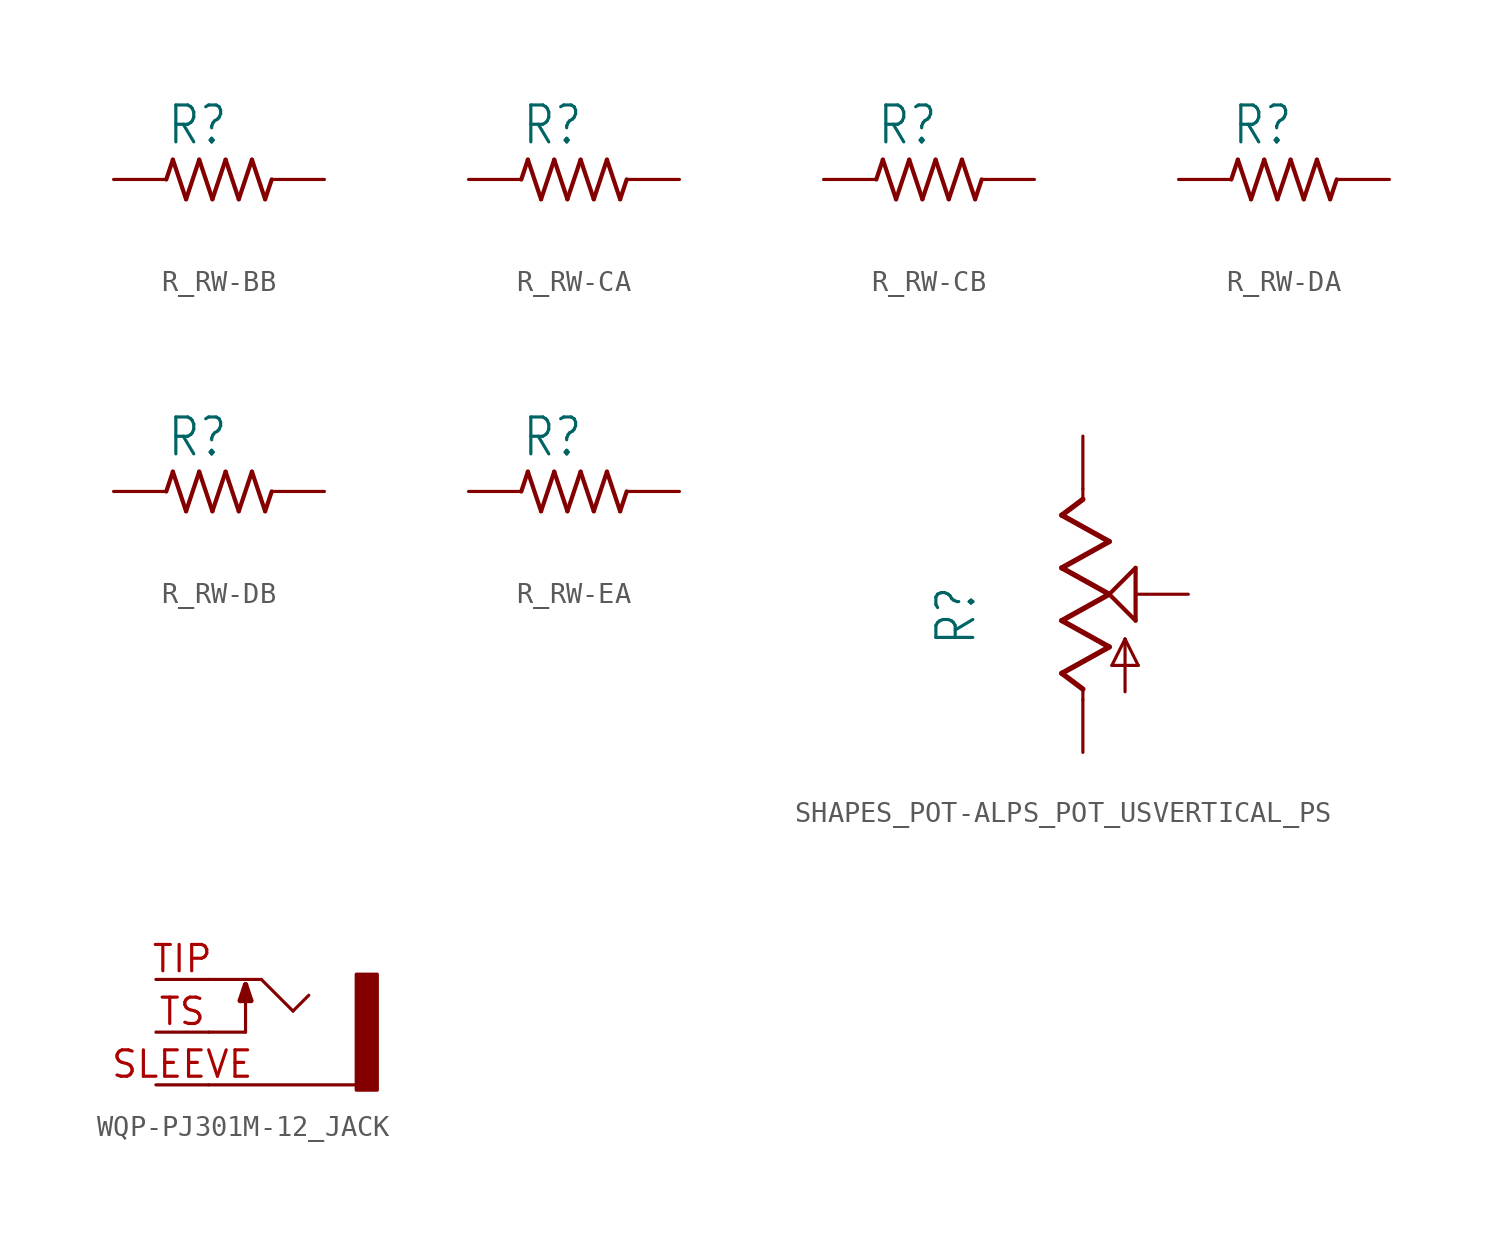
<source format=kicad_sym>
(kicad_symbol_lib
  (version 20231120)
  (generator "kicad_symbol_editor")
  (generator_version "8.0")
  (symbol "R_RW-BB"
    (property "Reference" "R"
      (at -2.54 1.587 0)
      (effects (font (size 1.778 1.511)) (justify left bottom)))
    (property "Value" ""
      (at -2.54 -3.175 0)
      (effects (font (size 1.778 1.511)) (justify left bottom)))
    (property "ki_locked" ""
      (at 0 0 0)
      (effects (font (size 1.27 1.27))))
    (symbol "R_RW-BB_1_0"
      (polyline (pts (xy -2.54 0) (xy -2.223 0.953)) (stroke (width 0.203) (type solid)) (fill (type none)))
      (polyline (pts (xy -2.223 0.953) (xy -1.587 -0.953)) (stroke (width 0.203) (type solid)) (fill (type none)))
      (polyline (pts (xy -1.587 -0.953) (xy -0.953 0.953)) (stroke (width 0.203) (type solid)) (fill (type none)))
      (polyline (pts (xy -0.953 0.953) (xy -0.318 -0.953)) (stroke (width 0.203) (type solid)) (fill (type none)))
      (polyline (pts (xy -0.318 -0.953) (xy 0.318 0.953)) (stroke (width 0.203) (type solid)) (fill (type none)))
      (polyline (pts (xy 0.318 0.953) (xy 0.953 -0.953)) (stroke (width 0.203) (type solid)) (fill (type none)))
      (polyline (pts (xy 0.953 -0.953) (xy 1.587 0.953)) (stroke (width 0.203) (type solid)) (fill (type none)))
      (polyline (pts (xy 1.587 0.953) (xy 2.223 -0.953)) (stroke (width 0.203) (type solid)) (fill (type none)))
      (polyline (pts (xy 2.223 -0.953) (xy 2.54 0)) (stroke (width 0.203) (type solid)) (fill (type none)))
      (pin passive line (at -5.08 0 0) (length 2.54) (name "1" (effects (font (size 0 0)))) (number "1" (effects (font (size 0 0)))))
      (pin passive line (at 5.08 0 180) (length 2.54) (name "2" (effects (font (size 0 0)))) (number "2" (effects (font (size 0 0)))))))
  (symbol "R_RW-CA"
    (property "Reference" "R"
      (at -2.54 1.587 0)
      (effects (font (size 1.778 1.511)) (justify left bottom)))
    (property "Value" ""
      (at -2.54 -3.175 0)
      (effects (font (size 1.778 1.511)) (justify left bottom)))
    (property "ki_locked" ""
      (at 0 0 0)
      (effects (font (size 1.27 1.27))))
    (symbol "R_RW-CA_1_0"
      (polyline (pts (xy -2.54 0) (xy -2.223 0.953)) (stroke (width 0.203) (type solid)) (fill (type none)))
      (polyline (pts (xy -2.223 0.953) (xy -1.587 -0.953)) (stroke (width 0.203) (type solid)) (fill (type none)))
      (polyline (pts (xy -1.587 -0.953) (xy -0.953 0.953)) (stroke (width 0.203) (type solid)) (fill (type none)))
      (polyline (pts (xy -0.953 0.953) (xy -0.318 -0.953)) (stroke (width 0.203) (type solid)) (fill (type none)))
      (polyline (pts (xy -0.318 -0.953) (xy 0.318 0.953)) (stroke (width 0.203) (type solid)) (fill (type none)))
      (polyline (pts (xy 0.318 0.953) (xy 0.953 -0.953)) (stroke (width 0.203) (type solid)) (fill (type none)))
      (polyline (pts (xy 0.953 -0.953) (xy 1.587 0.953)) (stroke (width 0.203) (type solid)) (fill (type none)))
      (polyline (pts (xy 1.587 0.953) (xy 2.223 -0.953)) (stroke (width 0.203) (type solid)) (fill (type none)))
      (polyline (pts (xy 2.223 -0.953) (xy 2.54 0)) (stroke (width 0.203) (type solid)) (fill (type none)))
      (pin passive line (at -5.08 0 0) (length 2.54) (name "1" (effects (font (size 0 0)))) (number "1" (effects (font (size 0 0)))))
      (pin passive line (at 5.08 0 180) (length 2.54) (name "2" (effects (font (size 0 0)))) (number "2" (effects (font (size 0 0)))))))
  (symbol "R_RW-CB"
    (property "Reference" "R"
      (at -2.54 1.587 0)
      (effects (font (size 1.778 1.511)) (justify left bottom)))
    (property "Value" ""
      (at -2.54 -3.175 0)
      (effects (font (size 1.778 1.511)) (justify left bottom)))
    (property "ki_locked" ""
      (at 0 0 0)
      (effects (font (size 1.27 1.27))))
    (symbol "R_RW-CB_1_0"
      (polyline (pts (xy -2.54 0) (xy -2.223 0.953)) (stroke (width 0.203) (type solid)) (fill (type none)))
      (polyline (pts (xy -2.223 0.953) (xy -1.587 -0.953)) (stroke (width 0.203) (type solid)) (fill (type none)))
      (polyline (pts (xy -1.587 -0.953) (xy -0.953 0.953)) (stroke (width 0.203) (type solid)) (fill (type none)))
      (polyline (pts (xy -0.953 0.953) (xy -0.318 -0.953)) (stroke (width 0.203) (type solid)) (fill (type none)))
      (polyline (pts (xy -0.318 -0.953) (xy 0.318 0.953)) (stroke (width 0.203) (type solid)) (fill (type none)))
      (polyline (pts (xy 0.318 0.953) (xy 0.953 -0.953)) (stroke (width 0.203) (type solid)) (fill (type none)))
      (polyline (pts (xy 0.953 -0.953) (xy 1.587 0.953)) (stroke (width 0.203) (type solid)) (fill (type none)))
      (polyline (pts (xy 1.587 0.953) (xy 2.223 -0.953)) (stroke (width 0.203) (type solid)) (fill (type none)))
      (polyline (pts (xy 2.223 -0.953) (xy 2.54 0)) (stroke (width 0.203) (type solid)) (fill (type none)))
      (pin passive line (at -5.08 0 0) (length 2.54) (name "1" (effects (font (size 0 0)))) (number "1" (effects (font (size 0 0)))))
      (pin passive line (at 5.08 0 180) (length 2.54) (name "2" (effects (font (size 0 0)))) (number "2" (effects (font (size 0 0)))))))
  (symbol "R_RW-DA"
    (property "Reference" "R"
      (at -2.54 1.587 0)
      (effects (font (size 1.778 1.511)) (justify left bottom)))
    (property "Value" ""
      (at -2.54 -3.175 0)
      (effects (font (size 1.778 1.511)) (justify left bottom)))
    (property "ki_locked" ""
      (at 0 0 0)
      (effects (font (size 1.27 1.27))))
    (symbol "R_RW-DA_1_0"
      (polyline (pts (xy -2.54 0) (xy -2.223 0.953)) (stroke (width 0.203) (type solid)) (fill (type none)))
      (polyline (pts (xy -2.223 0.953) (xy -1.587 -0.953)) (stroke (width 0.203) (type solid)) (fill (type none)))
      (polyline (pts (xy -1.587 -0.953) (xy -0.953 0.953)) (stroke (width 0.203) (type solid)) (fill (type none)))
      (polyline (pts (xy -0.953 0.953) (xy -0.318 -0.953)) (stroke (width 0.203) (type solid)) (fill (type none)))
      (polyline (pts (xy -0.318 -0.953) (xy 0.318 0.953)) (stroke (width 0.203) (type solid)) (fill (type none)))
      (polyline (pts (xy 0.318 0.953) (xy 0.953 -0.953)) (stroke (width 0.203) (type solid)) (fill (type none)))
      (polyline (pts (xy 0.953 -0.953) (xy 1.587 0.953)) (stroke (width 0.203) (type solid)) (fill (type none)))
      (polyline (pts (xy 1.587 0.953) (xy 2.223 -0.953)) (stroke (width 0.203) (type solid)) (fill (type none)))
      (polyline (pts (xy 2.223 -0.953) (xy 2.54 0)) (stroke (width 0.203) (type solid)) (fill (type none)))
      (pin passive line (at -5.08 0 0) (length 2.54) (name "1" (effects (font (size 0 0)))) (number "1" (effects (font (size 0 0)))))
      (pin passive line (at 5.08 0 180) (length 2.54) (name "2" (effects (font (size 0 0)))) (number "2" (effects (font (size 0 0)))))))
  (symbol "R_RW-DB"
    (property "Reference" "R"
      (at -2.54 1.587 0)
      (effects (font (size 1.778 1.511)) (justify left bottom)))
    (property "Value" ""
      (at -2.54 -3.175 0)
      (effects (font (size 1.778 1.511)) (justify left bottom)))
    (property "ki_locked" ""
      (at 0 0 0)
      (effects (font (size 1.27 1.27))))
    (symbol "R_RW-DB_1_0"
      (polyline (pts (xy -2.54 0) (xy -2.223 0.953)) (stroke (width 0.203) (type solid)) (fill (type none)))
      (polyline (pts (xy -2.223 0.953) (xy -1.587 -0.953)) (stroke (width 0.203) (type solid)) (fill (type none)))
      (polyline (pts (xy -1.587 -0.953) (xy -0.953 0.953)) (stroke (width 0.203) (type solid)) (fill (type none)))
      (polyline (pts (xy -0.953 0.953) (xy -0.318 -0.953)) (stroke (width 0.203) (type solid)) (fill (type none)))
      (polyline (pts (xy -0.318 -0.953) (xy 0.318 0.953)) (stroke (width 0.203) (type solid)) (fill (type none)))
      (polyline (pts (xy 0.318 0.953) (xy 0.953 -0.953)) (stroke (width 0.203) (type solid)) (fill (type none)))
      (polyline (pts (xy 0.953 -0.953) (xy 1.587 0.953)) (stroke (width 0.203) (type solid)) (fill (type none)))
      (polyline (pts (xy 1.587 0.953) (xy 2.223 -0.953)) (stroke (width 0.203) (type solid)) (fill (type none)))
      (polyline (pts (xy 2.223 -0.953) (xy 2.54 0)) (stroke (width 0.203) (type solid)) (fill (type none)))
      (pin passive line (at -5.08 0 0) (length 2.54) (name "1" (effects (font (size 0 0)))) (number "1" (effects (font (size 0 0)))))
      (pin passive line (at 5.08 0 180) (length 2.54) (name "2" (effects (font (size 0 0)))) (number "2" (effects (font (size 0 0)))))))
  (symbol "R_RW-EA"
    (property "Reference" "R"
      (at -2.54 1.587 0)
      (effects (font (size 1.778 1.511)) (justify left bottom)))
    (property "Value" ""
      (at -2.54 -3.175 0)
      (effects (font (size 1.778 1.511)) (justify left bottom)))
    (property "ki_locked" ""
      (at 0 0 0)
      (effects (font (size 1.27 1.27))))
    (symbol "R_RW-EA_1_0"
      (polyline (pts (xy -2.54 0) (xy -2.223 0.953)) (stroke (width 0.203) (type solid)) (fill (type none)))
      (polyline (pts (xy -2.223 0.953) (xy -1.587 -0.953)) (stroke (width 0.203) (type solid)) (fill (type none)))
      (polyline (pts (xy -1.587 -0.953) (xy -0.953 0.953)) (stroke (width 0.203) (type solid)) (fill (type none)))
      (polyline (pts (xy -0.953 0.953) (xy -0.318 -0.953)) (stroke (width 0.203) (type solid)) (fill (type none)))
      (polyline (pts (xy -0.318 -0.953) (xy 0.318 0.953)) (stroke (width 0.203) (type solid)) (fill (type none)))
      (polyline (pts (xy 0.318 0.953) (xy 0.953 -0.953)) (stroke (width 0.203) (type solid)) (fill (type none)))
      (polyline (pts (xy 0.953 -0.953) (xy 1.587 0.953)) (stroke (width 0.203) (type solid)) (fill (type none)))
      (polyline (pts (xy 1.587 0.953) (xy 2.223 -0.953)) (stroke (width 0.203) (type solid)) (fill (type none)))
      (polyline (pts (xy 2.223 -0.953) (xy 2.54 0)) (stroke (width 0.203) (type solid)) (fill (type none)))
      (pin passive line (at -5.08 0 0) (length 2.54) (name "1" (effects (font (size 0 0)))) (number "1" (effects (font (size 0 0)))))
      (pin passive line (at 5.08 0 180) (length 2.54) (name "2" (effects (font (size 0 0)))) (number "2" (effects (font (size 0 0)))))))
  (symbol "SHAPES_POT-ALPS_POT_USVERTICAL_PS"
    (property "Reference" "R"
      (at -5.08 -2.54 90)
      (effects (font (size 1.778 1.511)) (justify left bottom)))
    (property "Value" ""
      (at -2.54 -2.54 90)
      (effects (font (size 1.778 1.511)) (justify left bottom)))
    (property "ki_locked" ""
      (at 0 0 0)
      (effects (font (size 1.27 1.27))))
    (symbol "SHAPES_POT-ALPS_POT_USVERTICAL_PS_1_0"
      (polyline (pts (xy -1.016 -3.81) (xy 1.27 -2.54)) (stroke (width 0.254) (type solid)) (fill (type none)))
      (polyline (pts (xy -1.016 -1.27) (xy 1.27 0)) (stroke (width 0.254) (type solid)) (fill (type none)))
      (polyline (pts (xy -1.016 1.27) (xy 1.27 2.54)) (stroke (width 0.254) (type solid)) (fill (type none)))
      (polyline (pts (xy -1.016 3.81) (xy 0 4.572)) (stroke (width 0.254) (type solid)) (fill (type none)))
      (polyline (pts (xy 0 -5.08) (xy 0 -4.572)) (stroke (width 0.152) (type solid)) (fill (type none)))
      (polyline (pts (xy 0 -4.572) (xy -1.016 -3.81)) (stroke (width 0.254) (type solid)) (fill (type none)))
      (polyline (pts (xy 0 4.572) (xy 0 5.08)) (stroke (width 0.152) (type solid)) (fill (type none)))
      (polyline (pts (xy 1.27 -2.54) (xy -1.016 -1.27)) (stroke (width 0.254) (type solid)) (fill (type none)))
      (polyline (pts (xy 1.27 0) (xy -1.016 1.27)) (stroke (width 0.254) (type solid)) (fill (type none)))
      (polyline (pts (xy 1.27 0) (xy 2.54 1.27)) (stroke (width 0.203) (type solid)) (fill (type none)))
      (polyline (pts (xy 1.27 2.54) (xy -1.016 3.81)) (stroke (width 0.254) (type solid)) (fill (type none)))
      (polyline (pts (xy 1.397 -3.429) (xy 2.032 -2.159)) (stroke (width 0.152) (type solid)) (fill (type none)))
      (polyline (pts (xy 2.032 -4.699) (xy 2.032 -2.159)) (stroke (width 0.152) (type solid)) (fill (type none)))
      (polyline (pts (xy 2.032 -2.159) (xy 2.667 -3.429)) (stroke (width 0.152) (type solid)) (fill (type none)))
      (polyline (pts (xy 2.54 -1.27) (xy 1.27 0)) (stroke (width 0.203) (type solid)) (fill (type none)))
      (polyline (pts (xy 2.54 1.27) (xy 2.54 -1.27)) (stroke (width 0.203) (type solid)) (fill (type none)))
      (polyline (pts (xy 2.667 -3.429) (xy 1.397 -3.429)) (stroke (width 0.152) (type solid)) (fill (type none)))
      (pin passive line (at 0 7.62 270) (length 2.54) (name "E" (effects (font (size 0 0)))) (number "P$1" (effects (font (size 0 0)))))
      (pin passive line (at 5.08 0 180) (length 2.54) (name "S" (effects (font (size 0 0)))) (number "P$2" (effects (font (size 0 0)))))
      (pin passive line (at 0 -7.62 90) (length 2.54) (name "A" (effects (font (size 0 0)))) (number "P$3" (effects (font (size 0 0)))))))
  (symbol "WQP-PJ301M-12_JACK"
    (property "Reference" ""
      (at -2.54 4.064 0)
      (effects (font (size 1.778 1.511)) (justify left bottom) (hide yes)))
    (property "ki_locked" ""
      (at 0 0 0)
      (effects (font (size 1.27 1.27))))
    (symbol "WQP-PJ301M-12_JACK_1_0"
      (polyline (pts (xy -2.54 -2.54) (xy 4.572 -2.54)) (stroke (width 0.152) (type solid)) (fill (type none)))
      (polyline (pts (xy -2.54 0) (xy -0.762 0)) (stroke (width 0.152) (type solid)) (fill (type none)))
      (polyline (pts (xy -2.54 2.54) (xy 0 2.54)) (stroke (width 0.152) (type solid)) (fill (type none)))
      (polyline (pts (xy -1.016 1.524) (xy -0.508 1.524)) (stroke (width 0.254) (type solid)) (fill (type none)))
      (polyline (pts (xy -0.762 0) (xy -0.762 2.286)) (stroke (width 0.152) (type solid)) (fill (type none)))
      (polyline (pts (xy -0.762 2.286) (xy -1.016 1.524)) (stroke (width 0.254) (type solid)) (fill (type none)))
      (polyline (pts (xy -0.508 1.524) (xy -0.762 2.286)) (stroke (width 0.254) (type solid)) (fill (type none)))
      (polyline (pts (xy 0 2.54) (xy 1.524 1.016)) (stroke (width 0.152) (type solid)) (fill (type none)))
      (polyline (pts (xy 1.524 1.016) (xy 2.286 1.778)) (stroke (width 0.152) (type solid)) (fill (type none)))
      (rectangle (start 4.572 2.794) (end 5.588 -2.794) (stroke (width 0) (type default)) (fill (type outline)))
      (pin passive line (at -5.08 -2.54 0) (length 2.54) (name "SLEEVE" (effects (font (size 0 0)))) (number "SLEEVE" (effects (font (size 1.27 1.27)))))
      (pin passive line (at -5.08 2.54 0) (length 2.54) (name "TIP" (effects (font (size 0 0)))) (number "TIP" (effects (font (size 1.27 1.27)))))
      (pin passive line (at -5.08 0 0) (length 2.54) (name "TS" (effects (font (size 0 0)))) (number "TS" (effects (font (size 1.27 1.27))))))))
</source>
